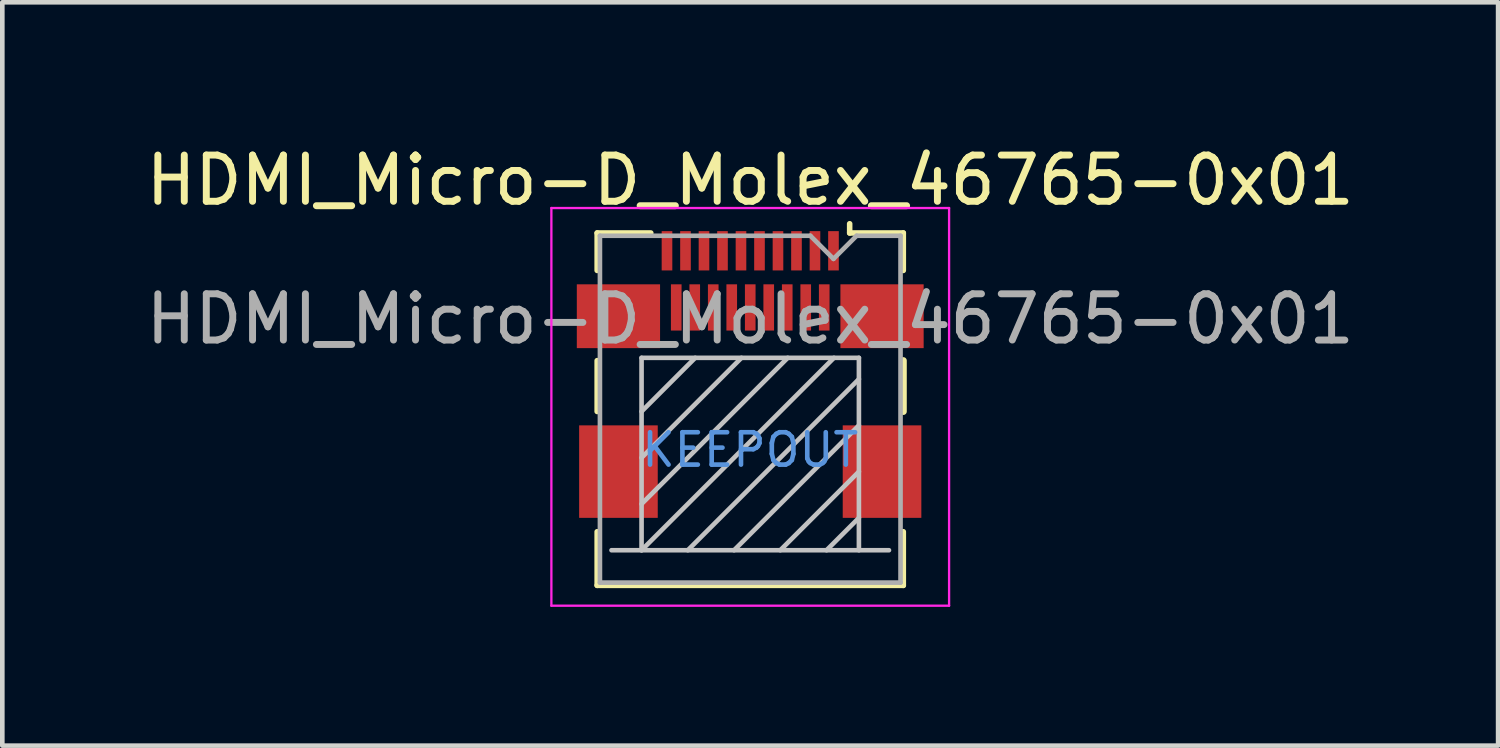
<source format=kicad_pcb>
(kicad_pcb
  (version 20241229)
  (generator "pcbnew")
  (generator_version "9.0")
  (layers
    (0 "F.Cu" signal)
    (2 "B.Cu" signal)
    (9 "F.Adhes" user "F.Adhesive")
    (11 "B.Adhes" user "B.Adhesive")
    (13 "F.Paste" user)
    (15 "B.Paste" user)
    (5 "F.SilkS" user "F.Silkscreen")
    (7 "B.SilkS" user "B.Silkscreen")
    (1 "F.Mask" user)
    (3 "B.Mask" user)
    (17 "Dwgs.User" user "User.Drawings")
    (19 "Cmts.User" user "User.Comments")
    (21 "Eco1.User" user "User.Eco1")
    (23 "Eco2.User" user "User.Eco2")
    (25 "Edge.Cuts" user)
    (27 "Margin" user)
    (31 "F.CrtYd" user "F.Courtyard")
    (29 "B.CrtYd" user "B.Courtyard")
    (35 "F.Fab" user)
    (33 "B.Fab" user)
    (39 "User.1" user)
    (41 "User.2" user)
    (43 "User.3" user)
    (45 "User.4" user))
  (footprint "HDMI_Micro-D_Molex_46765-0x01"
    (layer "F.Cu")
    (at 13.173 7.148)
    (property "Reference" "HDMI_Micro-D_Molex_46765-0x01" (at 0 -6.3 0) (layer "F.SilkS") (effects (font (size 1 1) (thickness 0.15))))
    (attr smd)
    (fp_line (start -3.31 -5.16) (end -2.15 -5.16) (stroke (width 0.12) (type solid)) (layer "F.SilkS"))
    (fp_line (start -3.31 -4.35) (end -3.31 -5.16) (stroke (width 0.12) (type solid)) (layer "F.SilkS"))
    (fp_line (start -3.31 -1.3) (end -3.31 -2.4) (stroke (width 0.12) (type solid)) (layer "F.SilkS"))
    (fp_line (start -3.31 2.46) (end -3.31 1.3) (stroke (width 0.12) (type solid)) (layer "F.SilkS"))
    (fp_line (start -3.31 2.46) (end 3.31 2.46) (stroke (width 0.12) (type solid)) (layer "F.SilkS"))
    (fp_line (start 2.15 -5.16) (end 2.15 -5.36) (stroke (width 0.12) (type solid)) (layer "F.SilkS"))
    (fp_line (start 2.15 -5.16) (end 3.31 -5.16) (stroke (width 0.12) (type solid)) (layer "F.SilkS"))
    (fp_line (start 3.31 -5.16) (end 3.31 -4.35) (stroke (width 0.12) (type solid)) (layer "F.SilkS"))
    (fp_line (start 3.31 -2.4) (end 3.31 -1.3) (stroke (width 0.15) (type solid)) (layer "F.SilkS"))
    (fp_line (start 3.31 1.3) (end 3.31 2.46) (stroke (width 0.12) (type solid)) (layer "F.SilkS"))
    (fp_line (start -3 1.7) (end 3 1.7) (stroke (width 0.1) (type solid)) (layer "Dwgs.User"))
    (fp_line (start -2.35 -2.46) (end 2.35 -2.46) (stroke (width 0.1) (type solid)) (layer "Dwgs.User"))
    (fp_line (start -2.35 -1.3) (end -1.19 -2.46) (stroke (width 0.1) (type solid)) (layer "Dwgs.User"))
    (fp_line (start -2.35 -0.3) (end -0.19 -2.46) (stroke (width 0.1) (type solid)) (layer "Dwgs.User"))
    (fp_line (start -2.35 0.7) (end 0.81 -2.46) (stroke (width 0.1) (type solid)) (layer "Dwgs.User"))
    (fp_line (start -2.35 1.7) (end -2.35 -2.46) (stroke (width 0.1) (type solid)) (layer "Dwgs.User"))
    (fp_line (start -2.35 1.7) (end 1.81 -2.46) (stroke (width 0.1) (type solid)) (layer "Dwgs.User"))
    (fp_line (start -1.35 1.7) (end 2.35 -2) (stroke (width 0.1) (type solid)) (layer "Dwgs.User"))
    (fp_line (start -0.35 1.7) (end 2.35 -1) (stroke (width 0.1) (type solid)) (layer "Dwgs.User"))
    (fp_line (start 0.65 1.7) (end 2.35 0) (stroke (width 0.1) (type solid)) (layer "Dwgs.User"))
    (fp_line (start 1.65 1.7) (end 2.35 1) (stroke (width 0.1) (type solid)) (layer "Dwgs.User"))
    (fp_line (start 2.35 -2.46) (end 2.35 1.7) (stroke (width 0.1) (type solid)) (layer "Dwgs.User"))
    (fp_line (start -4.3 -5.7) (end -4.3 2.9) (stroke (width 0.05) (type solid)) (layer "F.CrtYd"))
    (fp_line (start -4.3 2.9) (end 4.3 2.9) (stroke (width 0.05) (type solid)) (layer "F.CrtYd"))
    (fp_line (start 4.3 -5.7) (end -4.3 -5.7) (stroke (width 0.05) (type solid)) (layer "F.CrtYd"))
    (fp_line (start 4.3 2.9) (end 4.3 -5.7) (stroke (width 0.05) (type solid)) (layer "F.CrtYd"))
    (fp_line (start -3.25 -5.1) (end 1.3 -5.1) (stroke (width 0.1) (type solid)) (layer "F.Fab"))
    (fp_line (start -3.25 2.4) (end -3.25 -5.1) (stroke (width 0.1) (type solid)) (layer "F.Fab"))
    (fp_line (start 1.8 -4.6) (end 1.3 -5.1) (stroke (width 0.1) (type solid)) (layer "F.Fab"))
    (fp_line (start 1.8 -4.6) (end 2.3 -5.1) (stroke (width 0.1) (type solid)) (layer "F.Fab"))
    (fp_line (start 2.3 -5.1) (end 3.25 -5.1) (stroke (width 0.1) (type solid)) (layer "F.Fab"))
    (fp_line (start 3.25 -5.1) (end 3.25 2.4) (stroke (width 0.1) (type solid)) (layer "F.Fab"))
    (fp_line (start 3.25 2.4) (end -3.25 2.4) (stroke (width 0.1) (type solid)) (layer "F.Fab"))
    (fp_text user "KEEPOUT" (at 0 -0.47 0) (layer "Cmts.User") (effects (font (size 0.7 0.7) (thickness 0.1))))
    (fp_text user "${REFERENCE}" (at 0 -3.3 0) (layer "F.Fab") (effects (font (size 1 1) (thickness 0.15))))
    (pad "1" smd rect (at 1.8 -4.775) (size 0.23 0.85) (layers "F.Cu" "F.Mask" "F.Paste"))
    (pad "2" smd rect (at 1.6 -3.55) (size 0.23 1) (layers "F.Cu" "F.Mask" "F.Paste"))
    (pad "3" smd rect (at 1.4 -4.775) (size 0.23 0.85) (layers "F.Cu" "F.Mask" "F.Paste"))
    (pad "4" smd rect (at 1.2 -3.55) (size 0.23 1) (layers "F.Cu" "F.Mask" "F.Paste"))
    (pad "5" smd rect (at 1 -4.775) (size 0.23 0.85) (layers "F.Cu" "F.Mask" "F.Paste"))
    (pad "6" smd rect (at 0.8 -3.55) (size 0.23 1) (layers "F.Cu" "F.Mask" "F.Paste"))
    (pad "7" smd rect (at 0.6 -4.775) (size 0.23 0.85) (layers "F.Cu" "F.Mask" "F.Paste"))
    (pad "8" smd rect (at 0.4 -3.55) (size 0.23 1) (layers "F.Cu" "F.Mask" "F.Paste"))
    (pad "9" smd rect (at 0.2 -4.775) (size 0.23 0.85) (layers "F.Cu" "F.Mask" "F.Paste"))
    (pad "10" smd rect (at 0 -3.55) (size 0.23 1) (layers "F.Cu" "F.Mask" "F.Paste"))
    (pad "11" smd rect (at -0.2 -4.775) (size 0.23 0.85) (layers "F.Cu" "F.Mask" "F.Paste"))
    (pad "12" smd rect (at -0.4 -3.55) (size 0.23 1) (layers "F.Cu" "F.Mask" "F.Paste"))
    (pad "13" smd rect (at -0.6 -4.775) (size 0.23 0.85) (layers "F.Cu" "F.Mask" "F.Paste"))
    (pad "14" smd rect (at -0.8 -3.55) (size 0.23 1) (layers "F.Cu" "F.Mask" "F.Paste"))
    (pad "15" smd rect (at -1 -4.775) (size 0.23 0.85) (layers "F.Cu" "F.Mask" "F.Paste"))
    (pad "16" smd rect (at -1.2 -3.55) (size 0.23 1) (layers "F.Cu" "F.Mask" "F.Paste"))
    (pad "17" smd rect (at -1.4 -4.775) (size 0.23 0.85) (layers "F.Cu" "F.Mask" "F.Paste"))
    (pad "18" smd rect (at -1.6 -3.55) (size 0.23 1) (layers "F.Cu" "F.Mask" "F.Paste"))
    (pad "19" smd rect (at -1.8 -4.775) (size 0.23 0.85) (layers "F.Cu" "F.Mask" "F.Paste"))
    (pad "20" smd rect (at -2.85 -3.36) (size 1.8 1.38) (layers "F.Cu" "F.Mask" "F.Paste"))
    (pad "20" smd rect (at -2.85 0) (size 1.7 2) (layers "F.Cu" "F.Mask" "F.Paste"))
    (pad "20" smd rect (at 2.85 -3.36) (size 1.8 1.38) (layers "F.Cu" "F.Mask" "F.Paste"))
    (pad "20" smd rect (at 2.85 0) (size 1.7 2) (layers "F.Cu" "F.Mask" "F.Paste")))
  (gr_rect
    (start -3 -3)
    (end 29.345 13.073)
    (stroke (width 0.1) (type default))
    (fill no)
    (layer "Edge.Cuts")))
</source>
